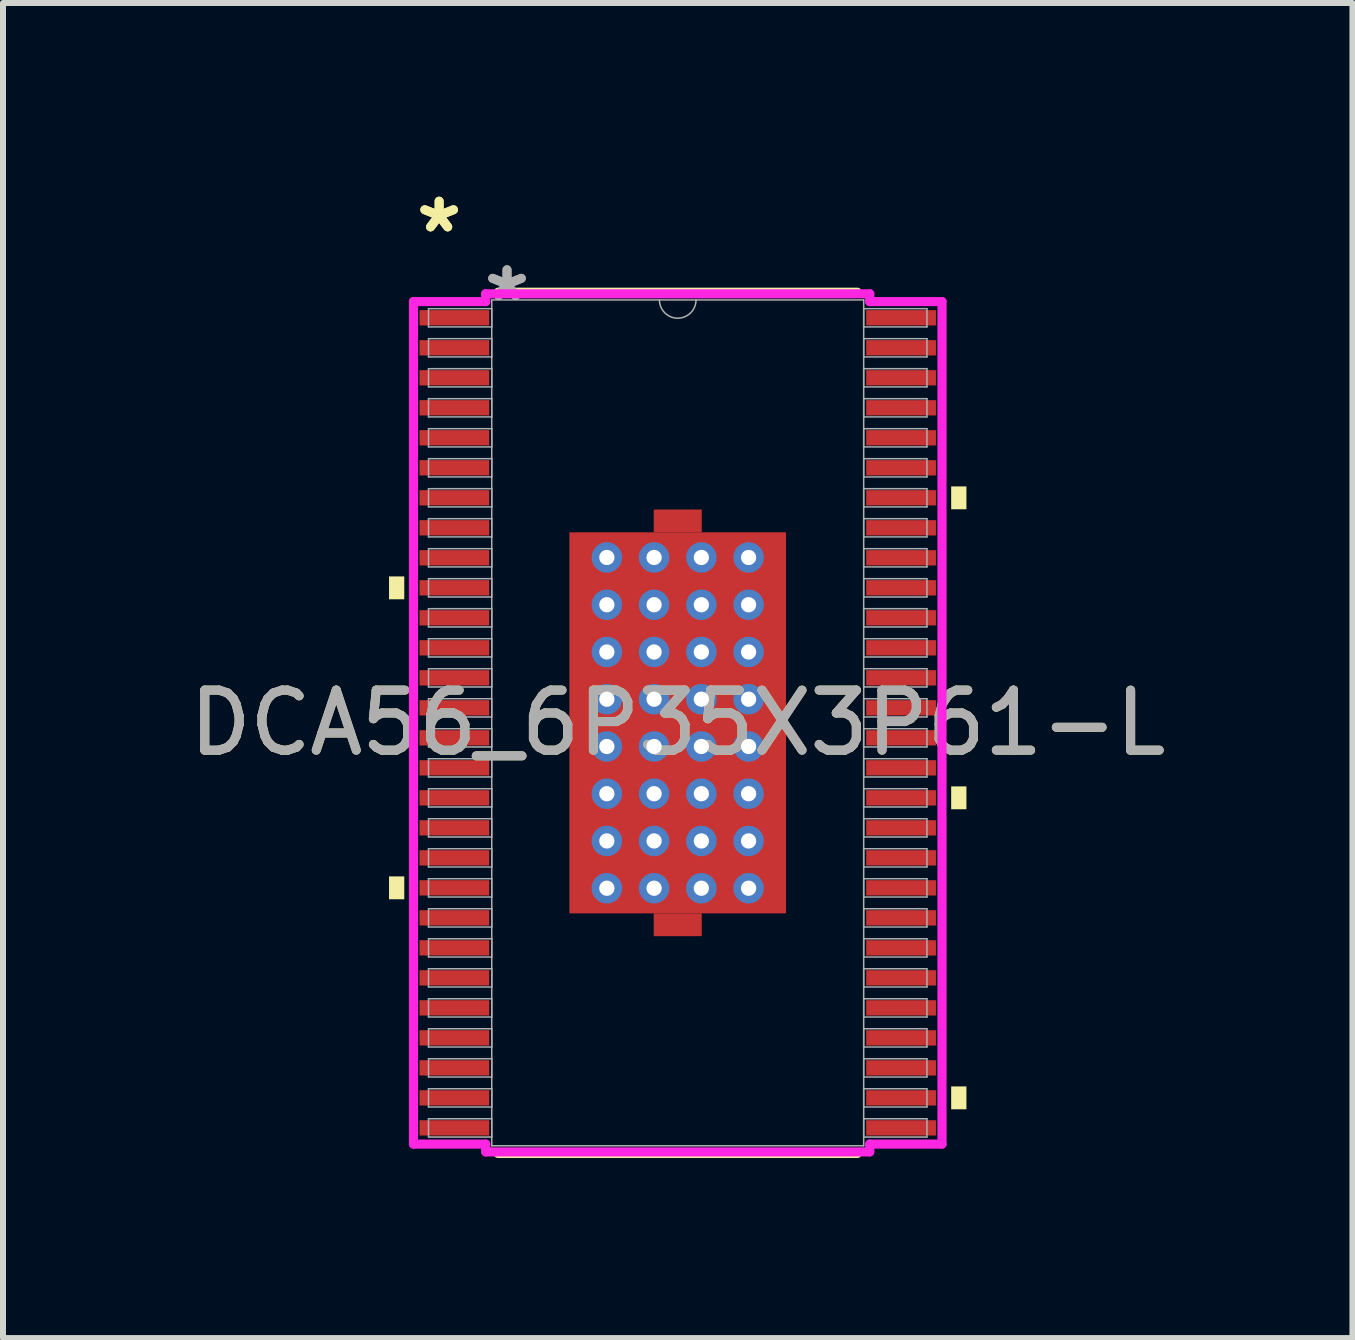
<source format=kicad_pcb>
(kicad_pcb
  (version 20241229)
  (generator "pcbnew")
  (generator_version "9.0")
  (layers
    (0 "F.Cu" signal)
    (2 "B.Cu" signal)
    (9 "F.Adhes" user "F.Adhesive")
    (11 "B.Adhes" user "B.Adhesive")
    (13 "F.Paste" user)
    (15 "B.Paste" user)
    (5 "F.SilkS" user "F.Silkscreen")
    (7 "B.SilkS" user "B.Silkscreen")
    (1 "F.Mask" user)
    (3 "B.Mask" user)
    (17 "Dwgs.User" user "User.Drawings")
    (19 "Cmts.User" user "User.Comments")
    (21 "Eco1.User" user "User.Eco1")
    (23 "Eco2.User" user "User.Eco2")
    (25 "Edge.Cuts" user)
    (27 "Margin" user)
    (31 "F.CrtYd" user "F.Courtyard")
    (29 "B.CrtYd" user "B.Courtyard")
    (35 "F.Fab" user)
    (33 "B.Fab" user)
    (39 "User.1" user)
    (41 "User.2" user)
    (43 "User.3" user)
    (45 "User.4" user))
  (footprint "DCA56_6P35X3P61-L"
    (layer "F.Cu")
    (at 8.244 8.996)
    (property "Reference" "DCA56_6P35X3P61-L" (at 0 0 0) (unlocked yes) (layer "F.SilkS") (effects (font (size 1 1) (thickness 0.15))))
    (attr smd)
    (fp_poly (pts (xy -0.4 -3.175) (xy -0.4 -3.555) (xy 0.4 -3.555) (xy 0.4 -3.175)) (stroke (width 0) (type solid)) (fill yes) (layer "F.Cu"))
    (fp_poly (pts (xy -0.4 3.175) (xy -0.4 3.555) (xy 0.4 3.555) (xy 0.4 3.175)) (stroke (width 0) (type solid)) (fill yes) (layer "F.Cu"))
    (fp_poly (pts (xy -1.869 -3.239) (xy -1.381 -3.239) (xy -1.381 3.239) (xy -1.869 3.239)) (stroke (width 0) (type solid)) (fill yes) (layer "F.Mask"))
    (fp_poly (pts (xy -1.869 -3.239) (xy 1.869 -3.239) (xy 1.869 -2.956) (xy -1.869 -2.956)) (stroke (width 0) (type solid)) (fill yes) (layer "F.Mask"))
    (fp_poly (pts (xy -1.869 -2.556) (xy 1.869 -2.556) (xy 1.869 -2.168) (xy -1.869 -2.168)) (stroke (width 0) (type solid)) (fill yes) (layer "F.Mask"))
    (fp_poly (pts (xy -1.869 -1.768) (xy 1.869 -1.768) (xy 1.869 -1.381) (xy -1.869 -1.381)) (stroke (width 0) (type solid)) (fill yes) (layer "F.Mask"))
    (fp_poly (pts (xy -1.869 -0.981) (xy 1.869 -0.981) (xy 1.869 -0.594) (xy -1.869 -0.594)) (stroke (width 0) (type solid)) (fill yes) (layer "F.Mask"))
    (fp_poly (pts (xy -1.869 -0.194) (xy 1.869 -0.194) (xy 1.869 0.194) (xy -1.869 0.194)) (stroke (width 0) (type solid)) (fill yes) (layer "F.Mask"))
    (fp_poly (pts (xy -1.869 0.594) (xy 1.869 0.594) (xy 1.869 0.981) (xy -1.869 0.981)) (stroke (width 0) (type solid)) (fill yes) (layer "F.Mask"))
    (fp_poly (pts (xy -1.869 1.381) (xy 1.869 1.381) (xy 1.869 1.768) (xy -1.869 1.768)) (stroke (width 0) (type solid)) (fill yes) (layer "F.Mask"))
    (fp_poly (pts (xy -1.869 2.168) (xy 1.869 2.168) (xy 1.869 2.556) (xy -1.869 2.556)) (stroke (width 0) (type solid)) (fill yes) (layer "F.Mask"))
    (fp_poly (pts (xy -1.869 2.956) (xy 1.869 2.956) (xy 1.869 3.239) (xy -1.869 3.239)) (stroke (width 0) (type solid)) (fill yes) (layer "F.Mask"))
    (fp_poly (pts (xy -0.594 -3.239) (xy -0.981 -3.239) (xy -0.981 3.239) (xy -0.594 3.239)) (stroke (width 0) (type solid)) (fill yes) (layer "F.Mask"))
    (fp_poly (pts (xy -0.4 -3.175) (xy -0.4 -3.555) (xy 0.4 -3.555) (xy 0.4 -3.175)) (stroke (width 0) (type solid)) (fill yes) (layer "F.Mask"))
    (fp_poly (pts (xy -0.4 3.175) (xy -0.4 3.555) (xy 0.4 3.555) (xy 0.4 3.175)) (stroke (width 0) (type solid)) (fill yes) (layer "F.Mask"))
    (fp_poly (pts (xy 0.194 -3.239) (xy -0.194 -3.239) (xy -0.194 3.239) (xy 0.194 3.239)) (stroke (width 0) (type solid)) (fill yes) (layer "F.Mask"))
    (fp_poly (pts (xy 0.981 -3.239) (xy 0.594 -3.239) (xy 0.594 3.239) (xy 0.981 3.239)) (stroke (width 0) (type solid)) (fill yes) (layer "F.Mask"))
    (fp_poly (pts (xy 1.381 -3.239) (xy 1.869 -3.239) (xy 1.869 3.239) (xy 1.381 3.239)) (stroke (width 0) (type solid)) (fill yes) (layer "F.Mask"))
    (fp_line (start -2.993 7.176) (end 2.993 7.176) (stroke (width 0.152) (type solid)) (layer "F.SilkS"))
    (fp_line (start 2.993 -7.176) (end -2.993 -7.176) (stroke (width 0.152) (type solid)) (layer "F.SilkS"))
    (fp_poly (pts (xy -4.811 -2.44) (xy -4.811 -2.059) (xy -4.557 -2.059) (xy -4.557 -2.44)) (stroke (width 0) (type solid)) (fill yes) (layer "F.SilkS"))
    (fp_poly (pts (xy -4.811 2.559) (xy -4.811 2.94) (xy -4.557 2.94) (xy -4.557 2.559)) (stroke (width 0) (type solid)) (fill yes) (layer "F.SilkS"))
    (fp_poly (pts (xy 4.811 -3.94) (xy 4.811 -3.559) (xy 4.557 -3.559) (xy 4.557 -3.94)) (stroke (width 0) (type solid)) (fill yes) (layer "F.SilkS"))
    (fp_poly (pts (xy 4.811 1.059) (xy 4.811 1.44) (xy 4.557 1.44) (xy 4.557 1.059)) (stroke (width 0) (type solid)) (fill yes) (layer "F.SilkS"))
    (fp_poly (pts (xy 4.811 6.059) (xy 4.811 6.44) (xy 4.557 6.44) (xy 4.557 6.059)) (stroke (width 0) (type solid)) (fill yes) (layer "F.SilkS"))
    (fp_poly (pts (xy -1.73 -3.1) (xy -1.73 -2.856) (xy -1.423 -2.856) (xy -1.281 -2.997) (xy -1.281 -3.1)) (stroke (width 0) (type solid)) (fill yes) (layer "F.Paste"))
    (fp_poly (pts (xy -1.73 2.856) (xy -1.73 3.1) (xy -1.281 3.1) (xy -1.281 2.997) (xy -1.423 2.856)) (stroke (width 0) (type solid)) (fill yes) (layer "F.Paste"))
    (fp_poly (pts (xy 1.281 -3.1) (xy 1.281 -2.997) (xy 1.423 -2.856) (xy 1.73 -2.856) (xy 1.73 -3.1)) (stroke (width 0) (type solid)) (fill yes) (layer "F.Paste"))
    (fp_poly (pts (xy 1.423 2.856) (xy 1.281 2.997) (xy 1.281 3.1) (xy 1.73 3.1) (xy 1.73 2.856)) (stroke (width 0) (type solid)) (fill yes) (layer "F.Paste"))
    (fp_poly (pts (xy -1.73 -2.656) (xy -1.73 -2.068) (xy -1.423 -2.068) (xy -1.281 -2.21) (xy -1.281 -2.514) (xy -1.423 -2.656)) (stroke (width 0) (type solid)) (fill yes) (layer "F.Paste"))
    (fp_poly (pts (xy -1.73 -1.869) (xy -1.73 -1.281) (xy -1.423 -1.281) (xy -1.281 -1.423) (xy -1.281 -1.727) (xy -1.423 -1.869)) (stroke (width 0) (type solid)) (fill yes) (layer "F.Paste"))
    (fp_poly (pts (xy -1.73 -1.081) (xy -1.73 -0.494) (xy -1.423 -0.494) (xy -1.281 -0.635) (xy -1.281 -0.94) (xy -1.423 -1.081)) (stroke (width 0) (type solid)) (fill yes) (layer "F.Paste"))
    (fp_poly (pts (xy -1.73 -0.294) (xy -1.73 0.294) (xy -1.423 0.294) (xy -1.281 0.152) (xy -1.281 -0.152) (xy -1.423 -0.294)) (stroke (width 0) (type solid)) (fill yes) (layer "F.Paste"))
    (fp_poly (pts (xy -1.73 0.494) (xy -1.73 1.081) (xy -1.423 1.081) (xy -1.281 0.94) (xy -1.281 0.635) (xy -1.423 0.494)) (stroke (width 0) (type solid)) (fill yes) (layer "F.Paste"))
    (fp_poly (pts (xy -1.73 1.281) (xy -1.73 1.869) (xy -1.423 1.869) (xy -1.281 1.727) (xy -1.281 1.423) (xy -1.423 1.281)) (stroke (width 0) (type solid)) (fill yes) (layer "F.Paste"))
    (fp_poly (pts (xy -1.73 2.068) (xy -1.73 2.656) (xy -1.423 2.656) (xy -1.281 2.514) (xy -1.281 2.21) (xy -1.423 2.068)) (stroke (width 0) (type solid)) (fill yes) (layer "F.Paste"))
    (fp_poly (pts (xy -1.081 -3.1) (xy -1.081 -2.997) (xy -0.94 -2.856) (xy -0.635 -2.856) (xy -0.494 -2.997) (xy -0.494 -3.1)) (stroke (width 0) (type solid)) (fill yes) (layer "F.Paste"))
    (fp_poly (pts (xy -0.94 2.856) (xy -1.081 2.997) (xy -1.081 3.1) (xy -0.494 3.1) (xy -0.494 2.997) (xy -0.635 2.856)) (stroke (width 0) (type solid)) (fill yes) (layer "F.Paste"))
    (fp_poly (pts (xy -0.294 -3.1) (xy -0.294 -2.997) (xy -0.152 -2.856) (xy 0.152 -2.856) (xy 0.294 -2.997) (xy 0.294 -3.1)) (stroke (width 0) (type solid)) (fill yes) (layer "F.Paste"))
    (fp_poly (pts (xy -0.152 2.856) (xy -0.294 2.997) (xy -0.294 3.1) (xy 0.294 3.1) (xy 0.294 2.997) (xy 0.152 2.856)) (stroke (width 0) (type solid)) (fill yes) (layer "F.Paste"))
    (fp_poly (pts (xy 0.494 -3.1) (xy 0.494 -2.997) (xy 0.635 -2.856) (xy 0.94 -2.856) (xy 1.081 -2.997) (xy 1.081 -3.1)) (stroke (width 0) (type solid)) (fill yes) (layer "F.Paste"))
    (fp_poly (pts (xy 0.635 2.856) (xy 0.494 2.997) (xy 0.494 3.1) (xy 1.081 3.1) (xy 1.081 2.997) (xy 0.94 2.856)) (stroke (width 0) (type solid)) (fill yes) (layer "F.Paste"))
    (fp_poly (pts (xy 1.423 -2.656) (xy 1.281 -2.514) (xy 1.281 -2.21) (xy 1.423 -2.068) (xy 1.73 -2.068) (xy 1.73 -2.656)) (stroke (width 0) (type solid)) (fill yes) (layer "F.Paste"))
    (fp_poly (pts (xy 1.423 -1.869) (xy 1.281 -1.727) (xy 1.281 -1.423) (xy 1.423 -1.281) (xy 1.73 -1.281) (xy 1.73 -1.869)) (stroke (width 0) (type solid)) (fill yes) (layer "F.Paste"))
    (fp_poly (pts (xy 1.423 -1.081) (xy 1.281 -0.94) (xy 1.281 -0.635) (xy 1.423 -0.494) (xy 1.73 -0.494) (xy 1.73 -1.081)) (stroke (width 0) (type solid)) (fill yes) (layer "F.Paste"))
    (fp_poly (pts (xy 1.423 -0.294) (xy 1.281 -0.152) (xy 1.281 0.152) (xy 1.423 0.294) (xy 1.73 0.294) (xy 1.73 -0.294)) (stroke (width 0) (type solid)) (fill yes) (layer "F.Paste"))
    (fp_poly (pts (xy 1.423 0.494) (xy 1.281 0.635) (xy 1.281 0.94) (xy 1.423 1.081) (xy 1.73 1.081) (xy 1.73 0.494)) (stroke (width 0) (type solid)) (fill yes) (layer "F.Paste"))
    (fp_poly (pts (xy 1.423 1.281) (xy 1.281 1.423) (xy 1.281 1.727) (xy 1.423 1.869) (xy 1.73 1.869) (xy 1.73 1.281)) (stroke (width 0) (type solid)) (fill yes) (layer "F.Paste"))
    (fp_poly (pts (xy 1.423 2.068) (xy 1.281 2.21) (xy 1.281 2.514) (xy 1.423 2.656) (xy 1.73 2.656) (xy 1.73 2.068)) (stroke (width 0) (type solid)) (fill yes) (layer "F.Paste"))
    (fp_poly (pts (xy -0.94 -2.656) (xy -1.081 -2.514) (xy -1.081 -2.21) (xy -0.94 -2.068) (xy -0.635 -2.068) (xy -0.494 -2.21) (xy -0.494 -2.514) (xy -0.635 -2.656)) (stroke (width 0) (type solid)) (fill yes) (layer "F.Paste"))
    (fp_poly (pts (xy -0.94 -1.869) (xy -1.081 -1.727) (xy -1.081 -1.423) (xy -0.94 -1.281) (xy -0.635 -1.281) (xy -0.494 -1.423) (xy -0.494 -1.727) (xy -0.635 -1.869)) (stroke (width 0) (type solid)) (fill yes) (layer "F.Paste"))
    (fp_poly (pts (xy -0.94 -1.081) (xy -1.081 -0.94) (xy -1.081 -0.635) (xy -0.94 -0.494) (xy -0.635 -0.494) (xy -0.494 -0.635) (xy -0.494 -0.94) (xy -0.635 -1.081)) (stroke (width 0) (type solid)) (fill yes) (layer "F.Paste"))
    (fp_poly (pts (xy -0.94 -0.294) (xy -1.081 -0.152) (xy -1.081 0.152) (xy -0.94 0.294) (xy -0.635 0.294) (xy -0.494 0.152) (xy -0.494 -0.152) (xy -0.635 -0.294)) (stroke (width 0) (type solid)) (fill yes) (layer "F.Paste"))
    (fp_poly (pts (xy -0.94 0.494) (xy -1.081 0.635) (xy -1.081 0.94) (xy -0.94 1.081) (xy -0.635 1.081) (xy -0.494 0.94) (xy -0.494 0.635) (xy -0.635 0.494)) (stroke (width 0) (type solid)) (fill yes) (layer "F.Paste"))
    (fp_poly (pts (xy -0.94 1.281) (xy -1.081 1.423) (xy -1.081 1.727) (xy -0.94 1.869) (xy -0.635 1.869) (xy -0.494 1.727) (xy -0.494 1.423) (xy -0.635 1.281)) (stroke (width 0) (type solid)) (fill yes) (layer "F.Paste"))
    (fp_poly (pts (xy -0.94 2.068) (xy -1.081 2.21) (xy -1.081 2.514) (xy -0.94 2.656) (xy -0.635 2.656) (xy -0.494 2.514) (xy -0.494 2.21) (xy -0.635 2.068)) (stroke (width 0) (type solid)) (fill yes) (layer "F.Paste"))
    (fp_poly (pts (xy -0.152 -2.656) (xy -0.294 -2.514) (xy -0.294 -2.21) (xy -0.152 -2.068) (xy 0.152 -2.068) (xy 0.294 -2.21) (xy 0.294 -2.514) (xy 0.152 -2.656)) (stroke (width 0) (type solid)) (fill yes) (layer "F.Paste"))
    (fp_poly (pts (xy -0.152 -1.869) (xy -0.294 -1.727) (xy -0.294 -1.423) (xy -0.152 -1.281) (xy 0.152 -1.281) (xy 0.294 -1.423) (xy 0.294 -1.727) (xy 0.152 -1.869)) (stroke (width 0) (type solid)) (fill yes) (layer "F.Paste"))
    (fp_poly (pts (xy -0.152 -1.081) (xy -0.294 -0.94) (xy -0.294 -0.635) (xy -0.152 -0.494) (xy 0.152 -0.494) (xy 0.294 -0.635) (xy 0.294 -0.94) (xy 0.152 -1.081)) (stroke (width 0) (type solid)) (fill yes) (layer "F.Paste"))
    (fp_poly (pts (xy -0.152 -0.294) (xy -0.294 -0.152) (xy -0.294 0.152) (xy -0.152 0.294) (xy 0.152 0.294) (xy 0.294 0.152) (xy 0.294 -0.152) (xy 0.152 -0.294)) (stroke (width 0) (type solid)) (fill yes) (layer "F.Paste"))
    (fp_poly (pts (xy -0.152 0.494) (xy -0.294 0.635) (xy -0.294 0.94) (xy -0.152 1.081) (xy 0.152 1.081) (xy 0.294 0.94) (xy 0.294 0.635) (xy 0.152 0.494)) (stroke (width 0) (type solid)) (fill yes) (layer "F.Paste"))
    (fp_poly (pts (xy -0.152 1.281) (xy -0.294 1.423) (xy -0.294 1.727) (xy -0.152 1.869) (xy 0.152 1.869) (xy 0.294 1.727) (xy 0.294 1.423) (xy 0.152 1.281)) (stroke (width 0) (type solid)) (fill yes) (layer "F.Paste"))
    (fp_poly (pts (xy -0.152 2.068) (xy -0.294 2.21) (xy -0.294 2.514) (xy -0.152 2.656) (xy 0.152 2.656) (xy 0.294 2.514) (xy 0.294 2.21) (xy 0.152 2.068)) (stroke (width 0) (type solid)) (fill yes) (layer "F.Paste"))
    (fp_poly (pts (xy 0.635 -2.656) (xy 0.494 -2.514) (xy 0.494 -2.21) (xy 0.635 -2.068) (xy 0.94 -2.068) (xy 1.081 -2.21) (xy 1.081 -2.514) (xy 0.94 -2.656)) (stroke (width 0) (type solid)) (fill yes) (layer "F.Paste"))
    (fp_poly (pts (xy 0.635 -1.869) (xy 0.494 -1.727) (xy 0.494 -1.423) (xy 0.635 -1.281) (xy 0.94 -1.281) (xy 1.081 -1.423) (xy 1.081 -1.727) (xy 0.94 -1.869)) (stroke (width 0) (type solid)) (fill yes) (layer "F.Paste"))
    (fp_poly (pts (xy 0.635 -1.081) (xy 0.494 -0.94) (xy 0.494 -0.635) (xy 0.635 -0.494) (xy 0.94 -0.494) (xy 1.081 -0.635) (xy 1.081 -0.94) (xy 0.94 -1.081)) (stroke (width 0) (type solid)) (fill yes) (layer "F.Paste"))
    (fp_poly (pts (xy 0.635 -0.294) (xy 0.494 -0.152) (xy 0.494 0.152) (xy 0.635 0.294) (xy 0.94 0.294) (xy 1.081 0.152) (xy 1.081 -0.152) (xy 0.94 -0.294)) (stroke (width 0) (type solid)) (fill yes) (layer "F.Paste"))
    (fp_poly (pts (xy 0.635 0.494) (xy 0.494 0.635) (xy 0.494 0.94) (xy 0.635 1.081) (xy 0.94 1.081) (xy 1.081 0.94) (xy 1.081 0.635) (xy 0.94 0.494)) (stroke (width 0) (type solid)) (fill yes) (layer "F.Paste"))
    (fp_poly (pts (xy 0.635 1.281) (xy 0.494 1.423) (xy 0.494 1.727) (xy 0.635 1.869) (xy 0.94 1.869) (xy 1.081 1.727) (xy 1.081 1.423) (xy 0.94 1.281)) (stroke (width 0) (type solid)) (fill yes) (layer "F.Paste"))
    (fp_poly (pts (xy 0.635 2.068) (xy 0.494 2.21) (xy 0.494 2.514) (xy 0.635 2.656) (xy 0.94 2.656) (xy 1.081 2.514) (xy 1.081 2.21) (xy 0.94 2.068)) (stroke (width 0) (type solid)) (fill yes) (layer "F.Paste"))
    (fp_line (start -4.404 -7.02) (end -3.2 -7.02) (stroke (width 0.152) (type solid)) (layer "F.CrtYd"))
    (fp_line (start -4.404 7.02) (end -4.404 -7.02) (stroke (width 0.152) (type solid)) (layer "F.CrtYd"))
    (fp_line (start -4.404 7.02) (end -3.2 7.02) (stroke (width 0.152) (type solid)) (layer "F.CrtYd"))
    (fp_line (start -3.2 -7.15) (end 3.2 -7.15) (stroke (width 0.152) (type solid)) (layer "F.CrtYd"))
    (fp_line (start -3.2 -7.02) (end -3.2 -7.15) (stroke (width 0.152) (type solid)) (layer "F.CrtYd"))
    (fp_line (start -3.2 7.15) (end -3.2 7.02) (stroke (width 0.152) (type solid)) (layer "F.CrtYd"))
    (fp_line (start 3.2 -7.15) (end 3.2 -7.02) (stroke (width 0.152) (type solid)) (layer "F.CrtYd"))
    (fp_line (start 3.2 7.02) (end 3.2 7.15) (stroke (width 0.152) (type solid)) (layer "F.CrtYd"))
    (fp_line (start 3.2 7.15) (end -3.2 7.15) (stroke (width 0.152) (type solid)) (layer "F.CrtYd"))
    (fp_line (start 4.404 -7.02) (end 3.2 -7.02) (stroke (width 0.152) (type solid)) (layer "F.CrtYd"))
    (fp_line (start 4.404 -7.02) (end 4.404 7.02) (stroke (width 0.152) (type solid)) (layer "F.CrtYd"))
    (fp_line (start 4.404 7.02) (end 3.2 7.02) (stroke (width 0.152) (type solid)) (layer "F.CrtYd"))
    (fp_line (start -4.153 -6.902) (end -4.153 -6.598) (stroke (width 0.025) (type solid)) (layer "F.Fab"))
    (fp_line (start -4.153 -6.598) (end -3.099 -6.598) (stroke (width 0.025) (type solid)) (layer "F.Fab"))
    (fp_line (start -4.153 -6.402) (end -4.153 -6.098) (stroke (width 0.025) (type solid)) (layer "F.Fab"))
    (fp_line (start -4.153 -6.098) (end -3.099 -6.098) (stroke (width 0.025) (type solid)) (layer "F.Fab"))
    (fp_line (start -4.153 -5.902) (end -4.153 -5.598) (stroke (width 0.025) (type solid)) (layer "F.Fab"))
    (fp_line (start -4.153 -5.598) (end -3.099 -5.598) (stroke (width 0.025) (type solid)) (layer "F.Fab"))
    (fp_line (start -4.153 -5.402) (end -4.153 -5.098) (stroke (width 0.025) (type solid)) (layer "F.Fab"))
    (fp_line (start -4.153 -5.098) (end -3.099 -5.098) (stroke (width 0.025) (type solid)) (layer "F.Fab"))
    (fp_line (start -4.153 -4.902) (end -4.153 -4.598) (stroke (width 0.025) (type solid)) (layer "F.Fab"))
    (fp_line (start -4.153 -4.598) (end -3.099 -4.598) (stroke (width 0.025) (type solid)) (layer "F.Fab"))
    (fp_line (start -4.153 -4.402) (end -4.153 -4.098) (stroke (width 0.025) (type solid)) (layer "F.Fab"))
    (fp_line (start -4.153 -4.098) (end -3.099 -4.098) (stroke (width 0.025) (type solid)) (layer "F.Fab"))
    (fp_line (start -4.153 -3.902) (end -4.153 -3.598) (stroke (width 0.025) (type solid)) (layer "F.Fab"))
    (fp_line (start -4.153 -3.598) (end -3.099 -3.598) (stroke (width 0.025) (type solid)) (layer "F.Fab"))
    (fp_line (start -4.153 -3.402) (end -4.153 -3.098) (stroke (width 0.025) (type solid)) (layer "F.Fab"))
    (fp_line (start -4.153 -3.098) (end -3.099 -3.098) (stroke (width 0.025) (type solid)) (layer "F.Fab"))
    (fp_line (start -4.153 -2.902) (end -4.153 -2.598) (stroke (width 0.025) (type solid)) (layer "F.Fab"))
    (fp_line (start -4.153 -2.598) (end -3.099 -2.598) (stroke (width 0.025) (type solid)) (layer "F.Fab"))
    (fp_line (start -4.153 -2.402) (end -4.153 -2.098) (stroke (width 0.025) (type solid)) (layer "F.Fab"))
    (fp_line (start -4.153 -2.098) (end -3.099 -2.098) (stroke (width 0.025) (type solid)) (layer "F.Fab"))
    (fp_line (start -4.153 -1.902) (end -4.153 -1.598) (stroke (width 0.025) (type solid)) (layer "F.Fab"))
    (fp_line (start -4.153 -1.598) (end -3.099 -1.598) (stroke (width 0.025) (type solid)) (layer "F.Fab"))
    (fp_line (start -4.153 -1.402) (end -4.153 -1.098) (stroke (width 0.025) (type solid)) (layer "F.Fab"))
    (fp_line (start -4.153 -1.098) (end -3.099 -1.098) (stroke (width 0.025) (type solid)) (layer "F.Fab"))
    (fp_line (start -4.153 -0.902) (end -4.153 -0.598) (stroke (width 0.025) (type solid)) (layer "F.Fab"))
    (fp_line (start -4.153 -0.598) (end -3.099 -0.598) (stroke (width 0.025) (type solid)) (layer "F.Fab"))
    (fp_line (start -4.153 -0.402) (end -4.153 -0.098) (stroke (width 0.025) (type solid)) (layer "F.Fab"))
    (fp_line (start -4.153 -0.098) (end -3.099 -0.098) (stroke (width 0.025) (type solid)) (layer "F.Fab"))
    (fp_line (start -4.153 0.098) (end -4.153 0.402) (stroke (width 0.025) (type solid)) (layer "F.Fab"))
    (fp_line (start -4.153 0.402) (end -3.099 0.402) (stroke (width 0.025) (type solid)) (layer "F.Fab"))
    (fp_line (start -4.153 0.598) (end -4.153 0.902) (stroke (width 0.025) (type solid)) (layer "F.Fab"))
    (fp_line (start -4.153 0.902) (end -3.099 0.902) (stroke (width 0.025) (type solid)) (layer "F.Fab"))
    (fp_line (start -4.153 1.098) (end -4.153 1.402) (stroke (width 0.025) (type solid)) (layer "F.Fab"))
    (fp_line (start -4.153 1.402) (end -3.099 1.402) (stroke (width 0.025) (type solid)) (layer "F.Fab"))
    (fp_line (start -4.153 1.598) (end -4.153 1.902) (stroke (width 0.025) (type solid)) (layer "F.Fab"))
    (fp_line (start -4.153 1.902) (end -3.099 1.902) (stroke (width 0.025) (type solid)) (layer "F.Fab"))
    (fp_line (start -4.153 2.098) (end -4.153 2.402) (stroke (width 0.025) (type solid)) (layer "F.Fab"))
    (fp_line (start -4.153 2.402) (end -3.099 2.402) (stroke (width 0.025) (type solid)) (layer "F.Fab"))
    (fp_line (start -4.153 2.598) (end -4.153 2.902) (stroke (width 0.025) (type solid)) (layer "F.Fab"))
    (fp_line (start -4.153 2.902) (end -3.099 2.902) (stroke (width 0.025) (type solid)) (layer "F.Fab"))
    (fp_line (start -4.153 3.098) (end -4.153 3.402) (stroke (width 0.025) (type solid)) (layer "F.Fab"))
    (fp_line (start -4.153 3.402) (end -3.099 3.402) (stroke (width 0.025) (type solid)) (layer "F.Fab"))
    (fp_line (start -4.153 3.598) (end -4.153 3.902) (stroke (width 0.025) (type solid)) (layer "F.Fab"))
    (fp_line (start -4.153 3.902) (end -3.099 3.902) (stroke (width 0.025) (type solid)) (layer "F.Fab"))
    (fp_line (start -4.153 4.098) (end -4.153 4.402) (stroke (width 0.025) (type solid)) (layer "F.Fab"))
    (fp_line (start -4.153 4.402) (end -3.099 4.402) (stroke (width 0.025) (type solid)) (layer "F.Fab"))
    (fp_line (start -4.153 4.598) (end -4.153 4.902) (stroke (width 0.025) (type solid)) (layer "F.Fab"))
    (fp_line (start -4.153 4.902) (end -3.099 4.902) (stroke (width 0.025) (type solid)) (layer "F.Fab"))
    (fp_line (start -4.153 5.098) (end -4.153 5.402) (stroke (width 0.025) (type solid)) (layer "F.Fab"))
    (fp_line (start -4.153 5.402) (end -3.099 5.402) (stroke (width 0.025) (type solid)) (layer "F.Fab"))
    (fp_line (start -4.153 5.598) (end -4.153 5.902) (stroke (width 0.025) (type solid)) (layer "F.Fab"))
    (fp_line (start -4.153 5.902) (end -3.099 5.902) (stroke (width 0.025) (type solid)) (layer "F.Fab"))
    (fp_line (start -4.153 6.098) (end -4.153 6.402) (stroke (width 0.025) (type solid)) (layer "F.Fab"))
    (fp_line (start -4.153 6.402) (end -3.099 6.402) (stroke (width 0.025) (type solid)) (layer "F.Fab"))
    (fp_line (start -4.153 6.598) (end -4.153 6.902) (stroke (width 0.025) (type solid)) (layer "F.Fab"))
    (fp_line (start -4.153 6.902) (end -3.099 6.902) (stroke (width 0.025) (type solid)) (layer "F.Fab"))
    (fp_line (start -3.099 -7.048) (end -3.099 7.048) (stroke (width 0.025) (type solid)) (layer "F.Fab"))
    (fp_line (start -3.099 -6.902) (end -4.153 -6.902) (stroke (width 0.025) (type solid)) (layer "F.Fab"))
    (fp_line (start -3.099 -6.598) (end -3.099 -6.902) (stroke (width 0.025) (type solid)) (layer "F.Fab"))
    (fp_line (start -3.099 -6.402) (end -4.153 -6.402) (stroke (width 0.025) (type solid)) (layer "F.Fab"))
    (fp_line (start -3.099 -6.098) (end -3.099 -6.402) (stroke (width 0.025) (type solid)) (layer "F.Fab"))
    (fp_line (start -3.099 -5.902) (end -4.153 -5.902) (stroke (width 0.025) (type solid)) (layer "F.Fab"))
    (fp_line (start -3.099 -5.598) (end -3.099 -5.902) (stroke (width 0.025) (type solid)) (layer "F.Fab"))
    (fp_line (start -3.099 -5.402) (end -4.153 -5.402) (stroke (width 0.025) (type solid)) (layer "F.Fab"))
    (fp_line (start -3.099 -5.098) (end -3.099 -5.402) (stroke (width 0.025) (type solid)) (layer "F.Fab"))
    (fp_line (start -3.099 -4.902) (end -4.153 -4.902) (stroke (width 0.025) (type solid)) (layer "F.Fab"))
    (fp_line (start -3.099 -4.598) (end -3.099 -4.902) (stroke (width 0.025) (type solid)) (layer "F.Fab"))
    (fp_line (start -3.099 -4.402) (end -4.153 -4.402) (stroke (width 0.025) (type solid)) (layer "F.Fab"))
    (fp_line (start -3.099 -4.098) (end -3.099 -4.402) (stroke (width 0.025) (type solid)) (layer "F.Fab"))
    (fp_line (start -3.099 -3.902) (end -4.153 -3.902) (stroke (width 0.025) (type solid)) (layer "F.Fab"))
    (fp_line (start -3.099 -3.598) (end -3.099 -3.902) (stroke (width 0.025) (type solid)) (layer "F.Fab"))
    (fp_line (start -3.099 -3.402) (end -4.153 -3.402) (stroke (width 0.025) (type solid)) (layer "F.Fab"))
    (fp_line (start -3.099 -3.098) (end -3.099 -3.402) (stroke (width 0.025) (type solid)) (layer "F.Fab"))
    (fp_line (start -3.099 -2.902) (end -4.153 -2.902) (stroke (width 0.025) (type solid)) (layer "F.Fab"))
    (fp_line (start -3.099 -2.598) (end -3.099 -2.902) (stroke (width 0.025) (type solid)) (layer "F.Fab"))
    (fp_line (start -3.099 -2.402) (end -4.153 -2.402) (stroke (width 0.025) (type solid)) (layer "F.Fab"))
    (fp_line (start -3.099 -2.098) (end -3.099 -2.402) (stroke (width 0.025) (type solid)) (layer "F.Fab"))
    (fp_line (start -3.099 -1.902) (end -4.153 -1.902) (stroke (width 0.025) (type solid)) (layer "F.Fab"))
    (fp_line (start -3.099 -1.598) (end -3.099 -1.902) (stroke (width 0.025) (type solid)) (layer "F.Fab"))
    (fp_line (start -3.099 -1.402) (end -4.153 -1.402) (stroke (width 0.025) (type solid)) (layer "F.Fab"))
    (fp_line (start -3.099 -1.098) (end -3.099 -1.402) (stroke (width 0.025) (type solid)) (layer "F.Fab"))
    (fp_line (start -3.099 -0.902) (end -4.153 -0.902) (stroke (width 0.025) (type solid)) (layer "F.Fab"))
    (fp_line (start -3.099 -0.598) (end -3.099 -0.902) (stroke (width 0.025) (type solid)) (layer "F.Fab"))
    (fp_line (start -3.099 -0.402) (end -4.153 -0.402) (stroke (width 0.025) (type solid)) (layer "F.Fab"))
    (fp_line (start -3.099 -0.098) (end -3.099 -0.402) (stroke (width 0.025) (type solid)) (layer "F.Fab"))
    (fp_line (start -3.099 0.098) (end -4.153 0.098) (stroke (width 0.025) (type solid)) (layer "F.Fab"))
    (fp_line (start -3.099 0.402) (end -3.099 0.098) (stroke (width 0.025) (type solid)) (layer "F.Fab"))
    (fp_line (start -3.099 0.598) (end -4.153 0.598) (stroke (width 0.025) (type solid)) (layer "F.Fab"))
    (fp_line (start -3.099 0.902) (end -3.099 0.598) (stroke (width 0.025) (type solid)) (layer "F.Fab"))
    (fp_line (start -3.099 1.098) (end -4.153 1.098) (stroke (width 0.025) (type solid)) (layer "F.Fab"))
    (fp_line (start -3.099 1.402) (end -3.099 1.098) (stroke (width 0.025) (type solid)) (layer "F.Fab"))
    (fp_line (start -3.099 1.598) (end -4.153 1.598) (stroke (width 0.025) (type solid)) (layer "F.Fab"))
    (fp_line (start -3.099 1.902) (end -3.099 1.598) (stroke (width 0.025) (type solid)) (layer "F.Fab"))
    (fp_line (start -3.099 2.098) (end -4.153 2.098) (stroke (width 0.025) (type solid)) (layer "F.Fab"))
    (fp_line (start -3.099 2.402) (end -3.099 2.098) (stroke (width 0.025) (type solid)) (layer "F.Fab"))
    (fp_line (start -3.099 2.598) (end -4.153 2.598) (stroke (width 0.025) (type solid)) (layer "F.Fab"))
    (fp_line (start -3.099 2.902) (end -3.099 2.598) (stroke (width 0.025) (type solid)) (layer "F.Fab"))
    (fp_line (start -3.099 3.098) (end -4.153 3.098) (stroke (width 0.025) (type solid)) (layer "F.Fab"))
    (fp_line (start -3.099 3.402) (end -3.099 3.098) (stroke (width 0.025) (type solid)) (layer "F.Fab"))
    (fp_line (start -3.099 3.598) (end -4.153 3.598) (stroke (width 0.025) (type solid)) (layer "F.Fab"))
    (fp_line (start -3.099 3.902) (end -3.099 3.598) (stroke (width 0.025) (type solid)) (layer "F.Fab"))
    (fp_line (start -3.099 4.098) (end -4.153 4.098) (stroke (width 0.025) (type solid)) (layer "F.Fab"))
    (fp_line (start -3.099 4.402) (end -3.099 4.098) (stroke (width 0.025) (type solid)) (layer "F.Fab"))
    (fp_line (start -3.099 4.598) (end -4.153 4.598) (stroke (width 0.025) (type solid)) (layer "F.Fab"))
    (fp_line (start -3.099 4.902) (end -3.099 4.598) (stroke (width 0.025) (type solid)) (layer "F.Fab"))
    (fp_line (start -3.099 5.098) (end -4.153 5.098) (stroke (width 0.025) (type solid)) (layer "F.Fab"))
    (fp_line (start -3.099 5.402) (end -3.099 5.098) (stroke (width 0.025) (type solid)) (layer "F.Fab"))
    (fp_line (start -3.099 5.598) (end -4.153 5.598) (stroke (width 0.025) (type solid)) (layer "F.Fab"))
    (fp_line (start -3.099 5.902) (end -3.099 5.598) (stroke (width 0.025) (type solid)) (layer "F.Fab"))
    (fp_line (start -3.099 6.098) (end -4.153 6.098) (stroke (width 0.025) (type solid)) (layer "F.Fab"))
    (fp_line (start -3.099 6.402) (end -3.099 6.098) (stroke (width 0.025) (type solid)) (layer "F.Fab"))
    (fp_line (start -3.099 6.598) (end -4.153 6.598) (stroke (width 0.025) (type solid)) (layer "F.Fab"))
    (fp_line (start -3.099 6.902) (end -3.099 6.598) (stroke (width 0.025) (type solid)) (layer "F.Fab"))
    (fp_line (start -3.099 7.048) (end 3.099 7.048) (stroke (width 0.025) (type solid)) (layer "F.Fab"))
    (fp_line (start 3.099 -7.048) (end -3.099 -7.048) (stroke (width 0.025) (type solid)) (layer "F.Fab"))
    (fp_line (start 3.099 -6.902) (end 3.099 -6.598) (stroke (width 0.025) (type solid)) (layer "F.Fab"))
    (fp_line (start 3.099 -6.598) (end 4.153 -6.598) (stroke (width 0.025) (type solid)) (layer "F.Fab"))
    (fp_line (start 3.099 -6.402) (end 3.099 -6.098) (stroke (width 0.025) (type solid)) (layer "F.Fab"))
    (fp_line (start 3.099 -6.098) (end 4.153 -6.098) (stroke (width 0.025) (type solid)) (layer "F.Fab"))
    (fp_line (start 3.099 -5.902) (end 3.099 -5.598) (stroke (width 0.025) (type solid)) (layer "F.Fab"))
    (fp_line (start 3.099 -5.598) (end 4.153 -5.598) (stroke (width 0.025) (type solid)) (layer "F.Fab"))
    (fp_line (start 3.099 -5.402) (end 3.099 -5.098) (stroke (width 0.025) (type solid)) (layer "F.Fab"))
    (fp_line (start 3.099 -5.098) (end 4.153 -5.098) (stroke (width 0.025) (type solid)) (layer "F.Fab"))
    (fp_line (start 3.099 -4.902) (end 3.099 -4.598) (stroke (width 0.025) (type solid)) (layer "F.Fab"))
    (fp_line (start 3.099 -4.598) (end 4.153 -4.598) (stroke (width 0.025) (type solid)) (layer "F.Fab"))
    (fp_line (start 3.099 -4.402) (end 3.099 -4.098) (stroke (width 0.025) (type solid)) (layer "F.Fab"))
    (fp_line (start 3.099 -4.098) (end 4.153 -4.098) (stroke (width 0.025) (type solid)) (layer "F.Fab"))
    (fp_line (start 3.099 -3.902) (end 3.099 -3.598) (stroke (width 0.025) (type solid)) (layer "F.Fab"))
    (fp_line (start 3.099 -3.598) (end 4.153 -3.598) (stroke (width 0.025) (type solid)) (layer "F.Fab"))
    (fp_line (start 3.099 -3.402) (end 3.099 -3.098) (stroke (width 0.025) (type solid)) (layer "F.Fab"))
    (fp_line (start 3.099 -3.098) (end 4.153 -3.098) (stroke (width 0.025) (type solid)) (layer "F.Fab"))
    (fp_line (start 3.099 -2.902) (end 3.099 -2.598) (stroke (width 0.025) (type solid)) (layer "F.Fab"))
    (fp_line (start 3.099 -2.598) (end 4.153 -2.598) (stroke (width 0.025) (type solid)) (layer "F.Fab"))
    (fp_line (start 3.099 -2.402) (end 3.099 -2.098) (stroke (width 0.025) (type solid)) (layer "F.Fab"))
    (fp_line (start 3.099 -2.098) (end 4.153 -2.098) (stroke (width 0.025) (type solid)) (layer "F.Fab"))
    (fp_line (start 3.099 -1.902) (end 3.099 -1.598) (stroke (width 0.025) (type solid)) (layer "F.Fab"))
    (fp_line (start 3.099 -1.598) (end 4.153 -1.598) (stroke (width 0.025) (type solid)) (layer "F.Fab"))
    (fp_line (start 3.099 -1.402) (end 3.099 -1.098) (stroke (width 0.025) (type solid)) (layer "F.Fab"))
    (fp_line (start 3.099 -1.098) (end 4.153 -1.098) (stroke (width 0.025) (type solid)) (layer "F.Fab"))
    (fp_line (start 3.099 -0.902) (end 3.099 -0.598) (stroke (width 0.025) (type solid)) (layer "F.Fab"))
    (fp_line (start 3.099 -0.598) (end 4.153 -0.598) (stroke (width 0.025) (type solid)) (layer "F.Fab"))
    (fp_line (start 3.099 -0.402) (end 3.099 -0.098) (stroke (width 0.025) (type solid)) (layer "F.Fab"))
    (fp_line (start 3.099 -0.098) (end 4.153 -0.098) (stroke (width 0.025) (type solid)) (layer "F.Fab"))
    (fp_line (start 3.099 0.098) (end 3.099 0.402) (stroke (width 0.025) (type solid)) (layer "F.Fab"))
    (fp_line (start 3.099 0.402) (end 4.153 0.402) (stroke (width 0.025) (type solid)) (layer "F.Fab"))
    (fp_line (start 3.099 0.598) (end 3.099 0.902) (stroke (width 0.025) (type solid)) (layer "F.Fab"))
    (fp_line (start 3.099 0.902) (end 4.153 0.902) (stroke (width 0.025) (type solid)) (layer "F.Fab"))
    (fp_line (start 3.099 1.098) (end 3.099 1.402) (stroke (width 0.025) (type solid)) (layer "F.Fab"))
    (fp_line (start 3.099 1.402) (end 4.153 1.402) (stroke (width 0.025) (type solid)) (layer "F.Fab"))
    (fp_line (start 3.099 1.598) (end 3.099 1.902) (stroke (width 0.025) (type solid)) (layer "F.Fab"))
    (fp_line (start 3.099 1.902) (end 4.153 1.902) (stroke (width 0.025) (type solid)) (layer "F.Fab"))
    (fp_line (start 3.099 2.098) (end 3.099 2.402) (stroke (width 0.025) (type solid)) (layer "F.Fab"))
    (fp_line (start 3.099 2.402) (end 4.153 2.402) (stroke (width 0.025) (type solid)) (layer "F.Fab"))
    (fp_line (start 3.099 2.598) (end 3.099 2.902) (stroke (width 0.025) (type solid)) (layer "F.Fab"))
    (fp_line (start 3.099 2.902) (end 4.153 2.902) (stroke (width 0.025) (type solid)) (layer "F.Fab"))
    (fp_line (start 3.099 3.098) (end 3.099 3.402) (stroke (width 0.025) (type solid)) (layer "F.Fab"))
    (fp_line (start 3.099 3.402) (end 4.153 3.402) (stroke (width 0.025) (type solid)) (layer "F.Fab"))
    (fp_line (start 3.099 3.598) (end 3.099 3.902) (stroke (width 0.025) (type solid)) (layer "F.Fab"))
    (fp_line (start 3.099 3.902) (end 4.153 3.902) (stroke (width 0.025) (type solid)) (layer "F.Fab"))
    (fp_line (start 3.099 4.098) (end 3.099 4.402) (stroke (width 0.025) (type solid)) (layer "F.Fab"))
    (fp_line (start 3.099 4.402) (end 4.153 4.402) (stroke (width 0.025) (type solid)) (layer "F.Fab"))
    (fp_line (start 3.099 4.598) (end 3.099 4.902) (stroke (width 0.025) (type solid)) (layer "F.Fab"))
    (fp_line (start 3.099 4.902) (end 4.153 4.902) (stroke (width 0.025) (type solid)) (layer "F.Fab"))
    (fp_line (start 3.099 5.098) (end 3.099 5.402) (stroke (width 0.025) (type solid)) (layer "F.Fab"))
    (fp_line (start 3.099 5.402) (end 4.153 5.402) (stroke (width 0.025) (type solid)) (layer "F.Fab"))
    (fp_line (start 3.099 5.598) (end 3.099 5.902) (stroke (width 0.025) (type solid)) (layer "F.Fab"))
    (fp_line (start 3.099 5.902) (end 4.153 5.902) (stroke (width 0.025) (type solid)) (layer "F.Fab"))
    (fp_line (start 3.099 6.098) (end 3.099 6.402) (stroke (width 0.025) (type solid)) (layer "F.Fab"))
    (fp_line (start 3.099 6.402) (end 4.153 6.402) (stroke (width 0.025) (type solid)) (layer "F.Fab"))
    (fp_line (start 3.099 6.598) (end 3.099 6.902) (stroke (width 0.025) (type solid)) (layer "F.Fab"))
    (fp_line (start 3.099 6.902) (end 4.153 6.902) (stroke (width 0.025) (type solid)) (layer "F.Fab"))
    (fp_line (start 3.099 7.048) (end 3.099 -7.048) (stroke (width 0.025) (type solid)) (layer "F.Fab"))
    (fp_line (start 4.153 -6.902) (end 3.099 -6.902) (stroke (width 0.025) (type solid)) (layer "F.Fab"))
    (fp_line (start 4.153 -6.598) (end 4.153 -6.902) (stroke (width 0.025) (type solid)) (layer "F.Fab"))
    (fp_line (start 4.153 -6.402) (end 3.099 -6.402) (stroke (width 0.025) (type solid)) (layer "F.Fab"))
    (fp_line (start 4.153 -6.098) (end 4.153 -6.402) (stroke (width 0.025) (type solid)) (layer "F.Fab"))
    (fp_line (start 4.153 -5.902) (end 3.099 -5.902) (stroke (width 0.025) (type solid)) (layer "F.Fab"))
    (fp_line (start 4.153 -5.598) (end 4.153 -5.902) (stroke (width 0.025) (type solid)) (layer "F.Fab"))
    (fp_line (start 4.153 -5.402) (end 3.099 -5.402) (stroke (width 0.025) (type solid)) (layer "F.Fab"))
    (fp_line (start 4.153 -5.098) (end 4.153 -5.402) (stroke (width 0.025) (type solid)) (layer "F.Fab"))
    (fp_line (start 4.153 -4.902) (end 3.099 -4.902) (stroke (width 0.025) (type solid)) (layer "F.Fab"))
    (fp_line (start 4.153 -4.598) (end 4.153 -4.902) (stroke (width 0.025) (type solid)) (layer "F.Fab"))
    (fp_line (start 4.153 -4.402) (end 3.099 -4.402) (stroke (width 0.025) (type solid)) (layer "F.Fab"))
    (fp_line (start 4.153 -4.098) (end 4.153 -4.402) (stroke (width 0.025) (type solid)) (layer "F.Fab"))
    (fp_line (start 4.153 -3.902) (end 3.099 -3.902) (stroke (width 0.025) (type solid)) (layer "F.Fab"))
    (fp_line (start 4.153 -3.598) (end 4.153 -3.902) (stroke (width 0.025) (type solid)) (layer "F.Fab"))
    (fp_line (start 4.153 -3.402) (end 3.099 -3.402) (stroke (width 0.025) (type solid)) (layer "F.Fab"))
    (fp_line (start 4.153 -3.098) (end 4.153 -3.402) (stroke (width 0.025) (type solid)) (layer "F.Fab"))
    (fp_line (start 4.153 -2.902) (end 3.099 -2.902) (stroke (width 0.025) (type solid)) (layer "F.Fab"))
    (fp_line (start 4.153 -2.598) (end 4.153 -2.902) (stroke (width 0.025) (type solid)) (layer "F.Fab"))
    (fp_line (start 4.153 -2.402) (end 3.099 -2.402) (stroke (width 0.025) (type solid)) (layer "F.Fab"))
    (fp_line (start 4.153 -2.098) (end 4.153 -2.402) (stroke (width 0.025) (type solid)) (layer "F.Fab"))
    (fp_line (start 4.153 -1.902) (end 3.099 -1.902) (stroke (width 0.025) (type solid)) (layer "F.Fab"))
    (fp_line (start 4.153 -1.598) (end 4.153 -1.902) (stroke (width 0.025) (type solid)) (layer "F.Fab"))
    (fp_line (start 4.153 -1.402) (end 3.099 -1.402) (stroke (width 0.025) (type solid)) (layer "F.Fab"))
    (fp_line (start 4.153 -1.098) (end 4.153 -1.402) (stroke (width 0.025) (type solid)) (layer "F.Fab"))
    (fp_line (start 4.153 -0.902) (end 3.099 -0.902) (stroke (width 0.025) (type solid)) (layer "F.Fab"))
    (fp_line (start 4.153 -0.598) (end 4.153 -0.902) (stroke (width 0.025) (type solid)) (layer "F.Fab"))
    (fp_line (start 4.153 -0.402) (end 3.099 -0.402) (stroke (width 0.025) (type solid)) (layer "F.Fab"))
    (fp_line (start 4.153 -0.098) (end 4.153 -0.402) (stroke (width 0.025) (type solid)) (layer "F.Fab"))
    (fp_line (start 4.153 0.098) (end 3.099 0.098) (stroke (width 0.025) (type solid)) (layer "F.Fab"))
    (fp_line (start 4.153 0.402) (end 4.153 0.098) (stroke (width 0.025) (type solid)) (layer "F.Fab"))
    (fp_line (start 4.153 0.598) (end 3.099 0.598) (stroke (width 0.025) (type solid)) (layer "F.Fab"))
    (fp_line (start 4.153 0.902) (end 4.153 0.598) (stroke (width 0.025) (type solid)) (layer "F.Fab"))
    (fp_line (start 4.153 1.098) (end 3.099 1.098) (stroke (width 0.025) (type solid)) (layer "F.Fab"))
    (fp_line (start 4.153 1.402) (end 4.153 1.098) (stroke (width 0.025) (type solid)) (layer "F.Fab"))
    (fp_line (start 4.153 1.598) (end 3.099 1.598) (stroke (width 0.025) (type solid)) (layer "F.Fab"))
    (fp_line (start 4.153 1.902) (end 4.153 1.598) (stroke (width 0.025) (type solid)) (layer "F.Fab"))
    (fp_line (start 4.153 2.098) (end 3.099 2.098) (stroke (width 0.025) (type solid)) (layer "F.Fab"))
    (fp_line (start 4.153 2.402) (end 4.153 2.098) (stroke (width 0.025) (type solid)) (layer "F.Fab"))
    (fp_line (start 4.153 2.598) (end 3.099 2.598) (stroke (width 0.025) (type solid)) (layer "F.Fab"))
    (fp_line (start 4.153 2.902) (end 4.153 2.598) (stroke (width 0.025) (type solid)) (layer "F.Fab"))
    (fp_line (start 4.153 3.098) (end 3.099 3.098) (stroke (width 0.025) (type solid)) (layer "F.Fab"))
    (fp_line (start 4.153 3.402) (end 4.153 3.098) (stroke (width 0.025) (type solid)) (layer "F.Fab"))
    (fp_line (start 4.153 3.598) (end 3.099 3.598) (stroke (width 0.025) (type solid)) (layer "F.Fab"))
    (fp_line (start 4.153 3.902) (end 4.153 3.598) (stroke (width 0.025) (type solid)) (layer "F.Fab"))
    (fp_line (start 4.153 4.098) (end 3.099 4.098) (stroke (width 0.025) (type solid)) (layer "F.Fab"))
    (fp_line (start 4.153 4.402) (end 4.153 4.098) (stroke (width 0.025) (type solid)) (layer "F.Fab"))
    (fp_line (start 4.153 4.598) (end 3.099 4.598) (stroke (width 0.025) (type solid)) (layer "F.Fab"))
    (fp_line (start 4.153 4.902) (end 4.153 4.598) (stroke (width 0.025) (type solid)) (layer "F.Fab"))
    (fp_line (start 4.153 5.098) (end 3.099 5.098) (stroke (width 0.025) (type solid)) (layer "F.Fab"))
    (fp_line (start 4.153 5.402) (end 4.153 5.098) (stroke (width 0.025) (type solid)) (layer "F.Fab"))
    (fp_line (start 4.153 5.598) (end 3.099 5.598) (stroke (width 0.025) (type solid)) (layer "F.Fab"))
    (fp_line (start 4.153 5.902) (end 4.153 5.598) (stroke (width 0.025) (type solid)) (layer "F.Fab"))
    (fp_line (start 4.153 6.098) (end 3.099 6.098) (stroke (width 0.025) (type solid)) (layer "F.Fab"))
    (fp_line (start 4.153 6.402) (end 4.153 6.098) (stroke (width 0.025) (type solid)) (layer "F.Fab"))
    (fp_line (start 4.153 6.598) (end 3.099 6.598) (stroke (width 0.025) (type solid)) (layer "F.Fab"))
    (fp_line (start 4.153 6.902) (end 4.153 6.598) (stroke (width 0.025) (type solid)) (layer "F.Fab"))
    (fp_arc (start 0.3048 -7.0485) (mid 0 -6.7437) (end -0.3048 -7.0485) (stroke (width 0.0254) (type solid)) (layer "F.Fab"))
    (fp_text user "*" (at -3.976 -8.148 0) (unlocked yes) (layer "F.SilkS") (effects (font (size 1 1) (thickness 0.15))))
    (fp_text user "*" (at -3.976 -8.148 0) (layer "F.SilkS") (effects (font (size 1 1) (thickness 0.15))))
    (fp_text user "*" (at -2.845 -7.005 0) (unlocked yes) (layer "F.Fab") (effects (font (size 1 1) (thickness 0.15))))
    (fp_text user "*" (at -2.845 -7.005 0) (layer "F.Fab") (effects (font (size 1 1) (thickness 0.15))))
    (fp_text user "${REFERENCE}" (at 0 0 0) (unlocked yes) (layer "F.Fab") (effects (font (size 1 1) (thickness 0.15))))
    (pad "1" smd rect (at -3.722 -6.75) (size 1.162 0.255) (layers "F.Cu" "F.Mask" "F.Paste"))
    (pad "2" smd rect (at -3.722 -6.25) (size 1.162 0.255) (layers "F.Cu" "F.Mask" "F.Paste"))
    (pad "3" smd rect (at -3.722 -5.75) (size 1.162 0.255) (layers "F.Cu" "F.Mask" "F.Paste"))
    (pad "4" smd rect (at -3.722 -5.25) (size 1.162 0.255) (layers "F.Cu" "F.Mask" "F.Paste"))
    (pad "5" smd rect (at -3.722 -4.75) (size 1.162 0.255) (layers "F.Cu" "F.Mask" "F.Paste"))
    (pad "6" smd rect (at -3.722 -4.25) (size 1.162 0.255) (layers "F.Cu" "F.Mask" "F.Paste"))
    (pad "7" smd rect (at -3.722 -3.75) (size 1.162 0.255) (layers "F.Cu" "F.Mask" "F.Paste"))
    (pad "8" smd rect (at -3.722 -3.25) (size 1.162 0.255) (layers "F.Cu" "F.Mask" "F.Paste"))
    (pad "9" smd rect (at -3.722 -2.75) (size 1.162 0.255) (layers "F.Cu" "F.Mask" "F.Paste"))
    (pad "10" smd rect (at -3.722 -2.25) (size 1.162 0.255) (layers "F.Cu" "F.Mask" "F.Paste"))
    (pad "11" smd rect (at -3.722 -1.75) (size 1.162 0.255) (layers "F.Cu" "F.Mask" "F.Paste"))
    (pad "12" smd rect (at -3.722 -1.25) (size 1.162 0.255) (layers "F.Cu" "F.Mask" "F.Paste"))
    (pad "13" smd rect (at -3.722 -0.75) (size 1.162 0.255) (layers "F.Cu" "F.Mask" "F.Paste"))
    (pad "14" smd rect (at -3.722 -0.25) (size 1.162 0.255) (layers "F.Cu" "F.Mask" "F.Paste"))
    (pad "15" smd rect (at -3.722 0.25) (size 1.162 0.255) (layers "F.Cu" "F.Mask" "F.Paste"))
    (pad "16" smd rect (at -3.722 0.75) (size 1.162 0.255) (layers "F.Cu" "F.Mask" "F.Paste"))
    (pad "17" smd rect (at -3.722 1.25) (size 1.162 0.255) (layers "F.Cu" "F.Mask" "F.Paste"))
    (pad "18" smd rect (at -3.722 1.75) (size 1.162 0.255) (layers "F.Cu" "F.Mask" "F.Paste"))
    (pad "19" smd rect (at -3.722 2.25) (size 1.162 0.255) (layers "F.Cu" "F.Mask" "F.Paste"))
    (pad "20" smd rect (at -3.722 2.75) (size 1.162 0.255) (layers "F.Cu" "F.Mask" "F.Paste"))
    (pad "21" smd rect (at -3.722 3.25) (size 1.162 0.255) (layers "F.Cu" "F.Mask" "F.Paste"))
    (pad "22" smd rect (at -3.722 3.75) (size 1.162 0.255) (layers "F.Cu" "F.Mask" "F.Paste"))
    (pad "23" smd rect (at -3.722 4.25) (size 1.162 0.255) (layers "F.Cu" "F.Mask" "F.Paste"))
    (pad "24" smd rect (at -3.722 4.75) (size 1.162 0.255) (layers "F.Cu" "F.Mask" "F.Paste"))
    (pad "25" smd rect (at -3.722 5.25) (size 1.162 0.255) (layers "F.Cu" "F.Mask" "F.Paste"))
    (pad "26" smd rect (at -3.722 5.75) (size 1.162 0.255) (layers "F.Cu" "F.Mask" "F.Paste"))
    (pad "27" smd rect (at -3.722 6.25) (size 1.162 0.255) (layers "F.Cu" "F.Mask" "F.Paste"))
    (pad "28" smd rect (at -3.722 6.75) (size 1.162 0.255) (layers "F.Cu" "F.Mask" "F.Paste"))
    (pad "29" smd rect (at 3.722 6.75) (size 1.162 0.255) (layers "F.Cu" "F.Mask" "F.Paste"))
    (pad "30" smd rect (at 3.722 6.25) (size 1.162 0.255) (layers "F.Cu" "F.Mask" "F.Paste"))
    (pad "31" smd rect (at 3.722 5.75) (size 1.162 0.255) (layers "F.Cu" "F.Mask" "F.Paste"))
    (pad "32" smd rect (at 3.722 5.25) (size 1.162 0.255) (layers "F.Cu" "F.Mask" "F.Paste"))
    (pad "33" smd rect (at 3.722 4.75) (size 1.162 0.255) (layers "F.Cu" "F.Mask" "F.Paste"))
    (pad "34" smd rect (at 3.722 4.25) (size 1.162 0.255) (layers "F.Cu" "F.Mask" "F.Paste"))
    (pad "35" smd rect (at 3.722 3.75) (size 1.162 0.255) (layers "F.Cu" "F.Mask" "F.Paste"))
    (pad "36" smd rect (at 3.722 3.25) (size 1.162 0.255) (layers "F.Cu" "F.Mask" "F.Paste"))
    (pad "37" smd rect (at 3.722 2.75) (size 1.162 0.255) (layers "F.Cu" "F.Mask" "F.Paste"))
    (pad "38" smd rect (at 3.722 2.25) (size 1.162 0.255) (layers "F.Cu" "F.Mask" "F.Paste"))
    (pad "39" smd rect (at 3.722 1.75) (size 1.162 0.255) (layers "F.Cu" "F.Mask" "F.Paste"))
    (pad "40" smd rect (at 3.722 1.25) (size 1.162 0.255) (layers "F.Cu" "F.Mask" "F.Paste"))
    (pad "41" smd rect (at 3.722 0.75) (size 1.162 0.255) (layers "F.Cu" "F.Mask" "F.Paste"))
    (pad "42" smd rect (at 3.722 0.25) (size 1.162 0.255) (layers "F.Cu" "F.Mask" "F.Paste"))
    (pad "43" smd rect (at 3.722 -0.25) (size 1.162 0.255) (layers "F.Cu" "F.Mask" "F.Paste"))
    (pad "44" smd rect (at 3.722 -0.75) (size 1.162 0.255) (layers "F.Cu" "F.Mask" "F.Paste"))
    (pad "45" smd rect (at 3.722 -1.25) (size 1.162 0.255) (layers "F.Cu" "F.Mask" "F.Paste"))
    (pad "46" smd rect (at 3.722 -1.75) (size 1.162 0.255) (layers "F.Cu" "F.Mask" "F.Paste"))
    (pad "47" smd rect (at 3.722 -2.25) (size 1.162 0.255) (layers "F.Cu" "F.Mask" "F.Paste"))
    (pad "48" smd rect (at 3.722 -2.75) (size 1.162 0.255) (layers "F.Cu" "F.Mask" "F.Paste"))
    (pad "49" smd rect (at 3.722 -3.25) (size 1.162 0.255) (layers "F.Cu" "F.Mask" "F.Paste"))
    (pad "50" smd rect (at 3.722 -3.75) (size 1.162 0.255) (layers "F.Cu" "F.Mask" "F.Paste"))
    (pad "51" smd rect (at 3.722 -4.25) (size 1.162 0.255) (layers "F.Cu" "F.Mask" "F.Paste"))
    (pad "52" smd rect (at 3.722 -4.75) (size 1.162 0.255) (layers "F.Cu" "F.Mask" "F.Paste"))
    (pad "53" smd rect (at 3.722 -5.25) (size 1.162 0.255) (layers "F.Cu" "F.Mask" "F.Paste"))
    (pad "54" smd rect (at 3.722 -5.75) (size 1.162 0.255) (layers "F.Cu" "F.Mask" "F.Paste"))
    (pad "55" smd rect (at 3.722 -6.25) (size 1.162 0.255) (layers "F.Cu" "F.Mask" "F.Paste"))
    (pad "56" smd rect (at 3.722 -6.75) (size 1.162 0.255) (layers "F.Cu" "F.Mask" "F.Paste"))
    (pad "57" smd rect (at 0 0) (size 3.61 6.35) (layers "F.Cu"))
    (pad "V" thru_hole circle (at -1.181 -2.756) (size 0.508 0.508) (drill 0.254) (layers "*.Cu" "*.Mask"))
    (pad "V" thru_hole circle (at -1.181 -1.968) (size 0.508 0.508) (drill 0.254) (layers "*.Cu" "*.Mask"))
    (pad "V" thru_hole circle (at -1.181 -1.181) (size 0.508 0.508) (drill 0.254) (layers "*.Cu" "*.Mask"))
    (pad "V" thru_hole circle (at -1.181 -0.394) (size 0.508 0.508) (drill 0.254) (layers "*.Cu" "*.Mask"))
    (pad "V" thru_hole circle (at -1.181 0.394) (size 0.508 0.508) (drill 0.254) (layers "*.Cu" "*.Mask"))
    (pad "V" thru_hole circle (at -1.181 1.181) (size 0.508 0.508) (drill 0.254) (layers "*.Cu" "*.Mask"))
    (pad "V" thru_hole circle (at -1.181 1.968) (size 0.508 0.508) (drill 0.254) (layers "*.Cu" "*.Mask"))
    (pad "V" thru_hole circle (at -1.181 2.756) (size 0.508 0.508) (drill 0.254) (layers "*.Cu" "*.Mask"))
    (pad "V" thru_hole circle (at -0.394 -2.756) (size 0.508 0.508) (drill 0.254) (layers "*.Cu" "*.Mask"))
    (pad "V" thru_hole circle (at -0.394 -1.968) (size 0.508 0.508) (drill 0.254) (layers "*.Cu" "*.Mask"))
    (pad "V" thru_hole circle (at -0.394 -1.181) (size 0.508 0.508) (drill 0.254) (layers "*.Cu" "*.Mask"))
    (pad "V" thru_hole circle (at -0.394 -0.394) (size 0.508 0.508) (drill 0.254) (layers "*.Cu" "*.Mask"))
    (pad "V" thru_hole circle (at -0.394 0.394) (size 0.508 0.508) (drill 0.254) (layers "*.Cu" "*.Mask"))
    (pad "V" thru_hole circle (at -0.394 1.181) (size 0.508 0.508) (drill 0.254) (layers "*.Cu" "*.Mask"))
    (pad "V" thru_hole circle (at -0.394 1.968) (size 0.508 0.508) (drill 0.254) (layers "*.Cu" "*.Mask"))
    (pad "V" thru_hole circle (at -0.394 2.756) (size 0.508 0.508) (drill 0.254) (layers "*.Cu" "*.Mask"))
    (pad "V" thru_hole circle (at 0.394 -2.756) (size 0.508 0.508) (drill 0.254) (layers "*.Cu" "*.Mask"))
    (pad "V" thru_hole circle (at 0.394 -1.968) (size 0.508 0.508) (drill 0.254) (layers "*.Cu" "*.Mask"))
    (pad "V" thru_hole circle (at 0.394 -1.181) (size 0.508 0.508) (drill 0.254) (layers "*.Cu" "*.Mask"))
    (pad "V" thru_hole circle (at 0.394 -0.394) (size 0.508 0.508) (drill 0.254) (layers "*.Cu" "*.Mask"))
    (pad "V" thru_hole circle (at 0.394 0.394) (size 0.508 0.508) (drill 0.254) (layers "*.Cu" "*.Mask"))
    (pad "V" thru_hole circle (at 0.394 1.181) (size 0.508 0.508) (drill 0.254) (layers "*.Cu" "*.Mask"))
    (pad "V" thru_hole circle (at 0.394 1.968) (size 0.508 0.508) (drill 0.254) (layers "*.Cu" "*.Mask"))
    (pad "V" thru_hole circle (at 0.394 2.756) (size 0.508 0.508) (drill 0.254) (layers "*.Cu" "*.Mask"))
    (pad "V" thru_hole circle (at 1.181 -2.756) (size 0.508 0.508) (drill 0.254) (layers "*.Cu" "*.Mask"))
    (pad "V" thru_hole circle (at 1.181 -1.968) (size 0.508 0.508) (drill 0.254) (layers "*.Cu" "*.Mask"))
    (pad "V" thru_hole circle (at 1.181 -1.181) (size 0.508 0.508) (drill 0.254) (layers "*.Cu" "*.Mask"))
    (pad "V" thru_hole circle (at 1.181 -0.394) (size 0.508 0.508) (drill 0.254) (layers "*.Cu" "*.Mask"))
    (pad "V" thru_hole circle (at 1.181 0.394) (size 0.508 0.508) (drill 0.254) (layers "*.Cu" "*.Mask"))
    (pad "V" thru_hole circle (at 1.181 1.181) (size 0.508 0.508) (drill 0.254) (layers "*.Cu" "*.Mask"))
    (pad "V" thru_hole circle (at 1.181 1.968) (size 0.508 0.508) (drill 0.254) (layers "*.Cu" "*.Mask"))
    (pad "V" thru_hole circle (at 1.181 2.756) (size 0.508 0.508) (drill 0.254) (layers "*.Cu" "*.Mask")))
  (gr_rect
    (start -3 -3)
    (end 19.488 19.248)
    (stroke (width 0.1) (type default))
    (fill no)
    (layer "Edge.Cuts")))
</source>
